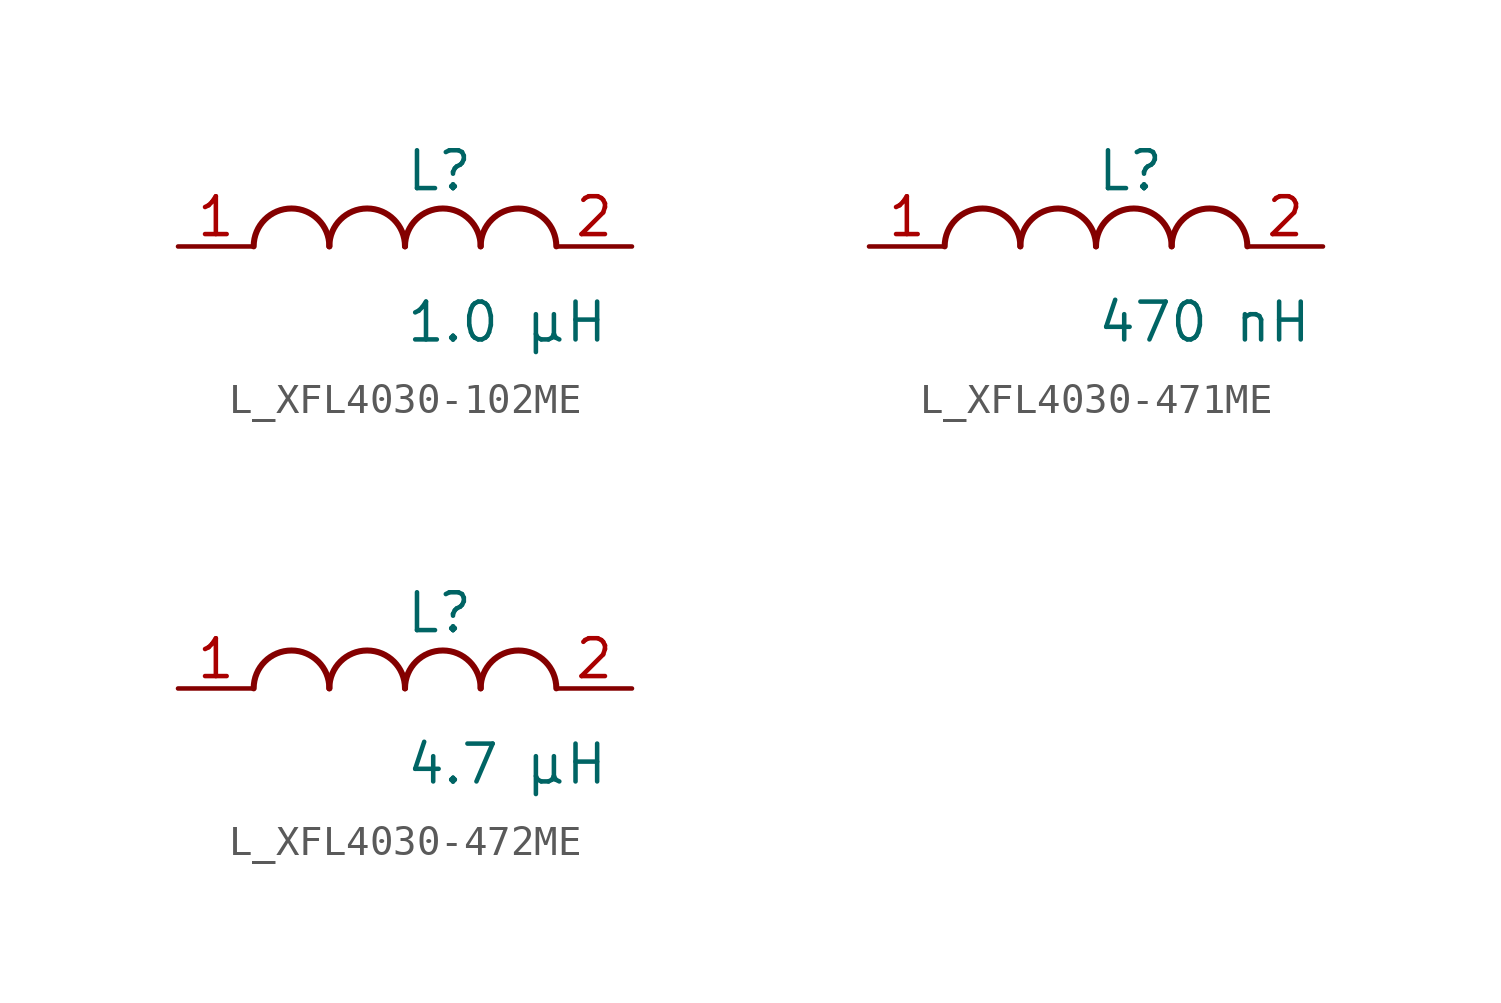
<source format=kicad_sym>
(kicad_symbol_lib
  (version 20231120)
  (generator kicad_symbol_editor)
  (generator_version 8.0)
  (symbol "L_XFL4030-102ME"
    (pin_names
      (offset 0.254))
    (property "Reference" "L"
      (at 0.0 2.54 0)
      (effects (font (size 1.27 1.27)) (justify left)))
    (property "Value" "1.0 µH"
      (at 0.0 -2.54 0)
      (effects (font (size 1.27 1.27)) (justify left)))
    (symbol "L_XFL4030-102ME_1_1"
      (arc (start -2.54 0.0056) (mid -3.81 1.27) (end -5.08 0.0056) (stroke (width 0.2032) (type default)) (fill (type none)))
      (arc (start 0 0.0056) (mid -1.27 1.27) (end -2.54 0.0056) (stroke (width 0.2032) (type default)) (fill (type none)))
      (arc (start 2.54 0.0056) (mid 1.27 1.27) (end 0 0.0056) (stroke (width 0.2032) (type default)) (fill (type none)))
      (arc (start 5.08 0.0056) (mid 3.81 1.27) (end 2.54 0.0056) (stroke (width 0.2032) (type default)) (fill (type none)))
      (pin unspecified line (at -7.62 0 0) (length 2.54) (name "" (effects (font (size 1.27 1.27)))) (number "1" (effects (font (size 1.27 1.27)))))
      (pin unspecified line (at 7.62 0 180) (length 2.54) (name "" (effects (font (size 1.27 1.27)))) (number "2" (effects (font (size 1.27 1.27)))))))
  (symbol "L_XFL4030-471ME"
    (pin_names
      (offset 0.254))
    (property "Reference" "L"
      (at 0.0 2.54 0)
      (effects (font (size 1.27 1.27)) (justify left)))
    (property "Value" "470 nH"
      (at 0.0 -2.54 0)
      (effects (font (size 1.27 1.27)) (justify left)))
    (symbol "L_XFL4030-471ME_1_1"
      (arc (start -2.54 0.0056) (mid -3.81 1.27) (end -5.08 0.0056) (stroke (width 0.2032) (type default)) (fill (type none)))
      (arc (start 0 0.0056) (mid -1.27 1.27) (end -2.54 0.0056) (stroke (width 0.2032) (type default)) (fill (type none)))
      (arc (start 2.54 0.0056) (mid 1.27 1.27) (end 0 0.0056) (stroke (width 0.2032) (type default)) (fill (type none)))
      (arc (start 5.08 0.0056) (mid 3.81 1.27) (end 2.54 0.0056) (stroke (width 0.2032) (type default)) (fill (type none)))
      (pin unspecified line (at -7.62 0 0) (length 2.54) (name "" (effects (font (size 1.27 1.27)))) (number "1" (effects (font (size 1.27 1.27)))))
      (pin unspecified line (at 7.62 0 180) (length 2.54) (name "" (effects (font (size 1.27 1.27)))) (number "2" (effects (font (size 1.27 1.27)))))))
  (symbol "L_XFL4030-472ME"
    (pin_names
      (offset 0.254))
    (property "Reference" "L"
      (at 0.0 2.54 0)
      (effects (font (size 1.27 1.27)) (justify left)))
    (property "Value" "4.7 µH"
      (at 0.0 -2.54 0)
      (effects (font (size 1.27 1.27)) (justify left)))
    (symbol "L_XFL4030-472ME_1_1"
      (arc (start -2.54 0.0056) (mid -3.81 1.27) (end -5.08 0.0056) (stroke (width 0.2032) (type default)) (fill (type none)))
      (arc (start 0 0.0056) (mid -1.27 1.27) (end -2.54 0.0056) (stroke (width 0.2032) (type default)) (fill (type none)))
      (arc (start 2.54 0.0056) (mid 1.27 1.27) (end 0 0.0056) (stroke (width 0.2032) (type default)) (fill (type none)))
      (arc (start 5.08 0.0056) (mid 3.81 1.27) (end 2.54 0.0056) (stroke (width 0.2032) (type default)) (fill (type none)))
      (pin unspecified line (at -7.62 0 0) (length 2.54) (name "" (effects (font (size 1.27 1.27)))) (number "1" (effects (font (size 1.27 1.27)))))
      (pin unspecified line (at 7.62 0 180) (length 2.54) (name "" (effects (font (size 1.27 1.27)))) (number "2" (effects (font (size 1.27 1.27))))))))
</source>
